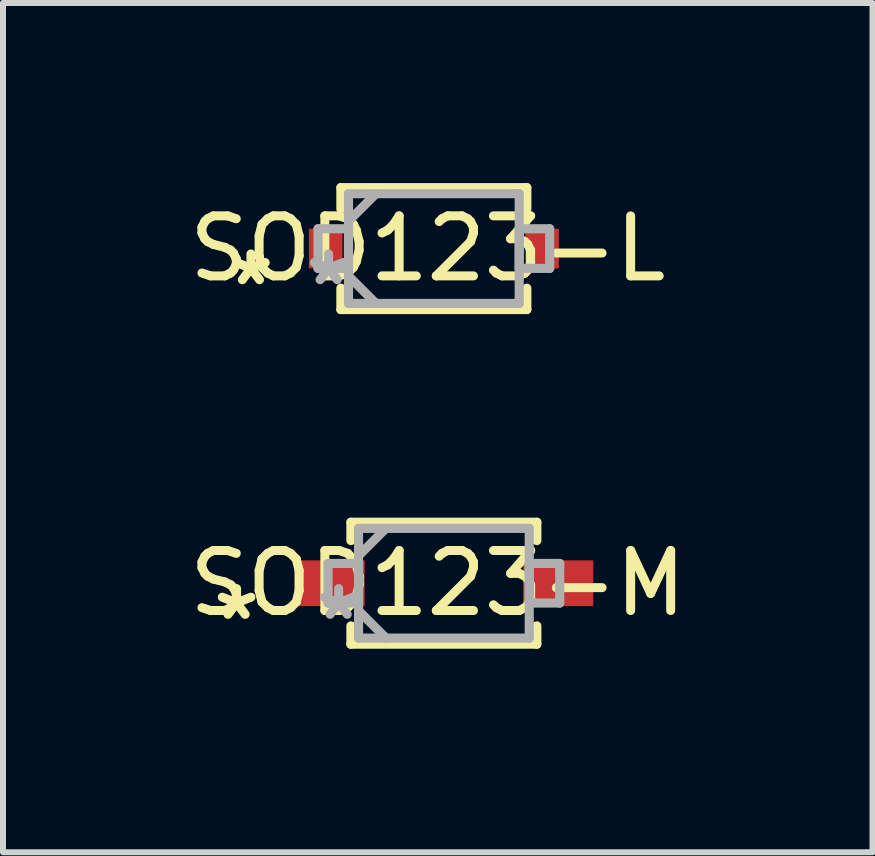
<source format=kicad_pcb>
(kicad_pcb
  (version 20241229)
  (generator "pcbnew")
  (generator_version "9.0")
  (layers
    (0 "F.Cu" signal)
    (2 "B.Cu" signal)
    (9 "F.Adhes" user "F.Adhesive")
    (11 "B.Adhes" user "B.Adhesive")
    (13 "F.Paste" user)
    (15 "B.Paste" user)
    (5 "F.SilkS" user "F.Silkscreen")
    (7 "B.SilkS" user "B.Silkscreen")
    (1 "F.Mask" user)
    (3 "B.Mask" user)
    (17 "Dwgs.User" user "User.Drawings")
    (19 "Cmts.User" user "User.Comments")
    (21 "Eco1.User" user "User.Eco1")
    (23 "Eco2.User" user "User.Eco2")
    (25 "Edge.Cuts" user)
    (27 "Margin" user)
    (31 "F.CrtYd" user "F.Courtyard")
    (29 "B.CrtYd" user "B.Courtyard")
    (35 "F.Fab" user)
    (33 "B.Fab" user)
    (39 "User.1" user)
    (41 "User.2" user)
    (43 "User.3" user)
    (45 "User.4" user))
  (footprint "SOD123-L"
    (layer "F.Cu")
    (at 4.179 1.092)
    (property "Reference" "SOD123-L" (at -0.102 0 0) (layer "F.SilkS") (effects (font (size 1 1) (thickness 0.15))))
    (attr smd)
    (fp_line (start -1.549 -1.016) (end -1.549 -0.66) (stroke (width 0.152) (type solid)) (layer "F.SilkS"))
    (fp_line (start -1.549 0.66) (end -1.549 1.016) (stroke (width 0.152) (type solid)) (layer "F.SilkS"))
    (fp_line (start -1.549 1.016) (end 1.549 1.016) (stroke (width 0.152) (type solid)) (layer "F.SilkS"))
    (fp_line (start 1.549 -1.016) (end -1.549 -1.016) (stroke (width 0.152) (type solid)) (layer "F.SilkS"))
    (fp_line (start 1.549 -0.66) (end 1.549 -1.016) (stroke (width 0.152) (type solid)) (layer "F.SilkS"))
    (fp_line (start 1.549 1.016) (end 1.549 0.66) (stroke (width 0.152) (type solid)) (layer "F.SilkS"))
    (fp_line (start -1.93 -0.33) (end -1.93 0.33) (stroke (width 0.152) (type solid)) (layer "F.Fab"))
    (fp_line (start -1.93 0.33) (end -1.422 0.33) (stroke (width 0.152) (type solid)) (layer "F.Fab"))
    (fp_line (start -1.422 -0.914) (end -1.422 0.914) (stroke (width 0.152) (type solid)) (layer "F.Fab"))
    (fp_line (start -1.422 -0.457) (end -0.965 -0.914) (stroke (width 0.152) (type solid)) (layer "F.Fab"))
    (fp_line (start -1.422 -0.33) (end -1.93 -0.33) (stroke (width 0.152) (type solid)) (layer "F.Fab"))
    (fp_line (start -1.422 0.33) (end -1.422 -0.33) (stroke (width 0.152) (type solid)) (layer "F.Fab"))
    (fp_line (start -1.422 0.457) (end -0.965 0.914) (stroke (width 0.152) (type solid)) (layer "F.Fab"))
    (fp_line (start -1.422 0.914) (end 1.422 0.914) (stroke (width 0.152) (type solid)) (layer "F.Fab"))
    (fp_line (start 1.422 -0.914) (end -1.422 -0.914) (stroke (width 0.152) (type solid)) (layer "F.Fab"))
    (fp_line (start 1.422 -0.33) (end 1.422 0.33) (stroke (width 0.152) (type solid)) (layer "F.Fab"))
    (fp_line (start 1.422 0.33) (end 1.93 0.33) (stroke (width 0.152) (type solid)) (layer "F.Fab"))
    (fp_line (start 1.422 0.914) (end 1.422 -0.914) (stroke (width 0.152) (type solid)) (layer "F.Fab"))
    (fp_line (start 1.93 -0.33) (end 1.422 -0.33) (stroke (width 0.152) (type solid)) (layer "F.Fab"))
    (fp_line (start 1.93 0.33) (end 1.93 -0.33) (stroke (width 0.152) (type solid)) (layer "F.Fab"))
    (fp_text user "*" (at -3.048 0.635 0) (layer "F.SilkS") (effects (font (size 1 1) (thickness 0.15))))
    (fp_text user "*" (at -1.753 0.635 0) (layer "F.Fab") (effects (font (size 1 1) (thickness 0.15))))
    (pad "1" smd rect (at -1.803 0) (size 0.559 0.66) (layers "F.Cu" "F.Mask" "F.Paste"))
    (pad "2" smd rect (at 1.803 0) (size 0.559 0.66) (layers "F.Cu" "F.Mask" "F.Paste"))
    (zone (net_name "") (layer "F.Cu") (hatch full 0.508) (connect_pads) (min_thickness 0.152) (filled_areas_thickness no) (keepout (tracks not_allowed) (vias not_allowed) (pads not_allowed) (copperpour not_allowed) (footprints allowed)) (placement (enabled no)) (fill) (polygon (pts (xy 2.706 0.241) (xy 5.652 0.241) (xy 5.652 1.943) (xy 2.706 1.943))))
    (zone (net_name "") (layer "F.Cu") (hatch full 0.508) (connect_pads) (min_thickness 0.152) (filled_areas_thickness no) (keepout (tracks not_allowed) (vias not_allowed) (pads not_allowed) (copperpour not_allowed) (footprints allowed)) (placement (enabled no)) (fill) (polygon (pts (xy 2.706 0.241) (xy 5.652 0.241) (xy 5.652 1.943) (xy 2.706 1.943)))))
  (footprint "SOD123-M"
    (layer "F.Cu")
    (at 4.346 6.668)
    (property "Reference" "SOD123-M" (at -0.102 0 0) (layer "F.SilkS") (effects (font (size 1 1) (thickness 0.15))))
    (attr smd)
    (fp_line (start -1.549 -1.016) (end -1.549 -0.711) (stroke (width 0.152) (type solid)) (layer "F.SilkS"))
    (fp_line (start -1.549 0.711) (end -1.549 1.016) (stroke (width 0.152) (type solid)) (layer "F.SilkS"))
    (fp_line (start -1.549 1.016) (end 1.549 1.016) (stroke (width 0.152) (type solid)) (layer "F.SilkS"))
    (fp_line (start 1.549 -1.016) (end -1.549 -1.016) (stroke (width 0.152) (type solid)) (layer "F.SilkS"))
    (fp_line (start 1.549 -0.711) (end 1.549 -1.016) (stroke (width 0.152) (type solid)) (layer "F.SilkS"))
    (fp_line (start 1.549 1.016) (end 1.549 0.711) (stroke (width 0.152) (type solid)) (layer "F.SilkS"))
    (fp_line (start -1.93 -0.33) (end -1.93 0.33) (stroke (width 0.152) (type solid)) (layer "F.Fab"))
    (fp_line (start -1.93 0.33) (end -1.422 0.33) (stroke (width 0.152) (type solid)) (layer "F.Fab"))
    (fp_line (start -1.422 -0.914) (end -1.422 0.914) (stroke (width 0.152) (type solid)) (layer "F.Fab"))
    (fp_line (start -1.422 -0.457) (end -0.965 -0.914) (stroke (width 0.152) (type solid)) (layer "F.Fab"))
    (fp_line (start -1.422 -0.33) (end -1.93 -0.33) (stroke (width 0.152) (type solid)) (layer "F.Fab"))
    (fp_line (start -1.422 0.33) (end -1.422 -0.33) (stroke (width 0.152) (type solid)) (layer "F.Fab"))
    (fp_line (start -1.422 0.457) (end -0.965 0.914) (stroke (width 0.152) (type solid)) (layer "F.Fab"))
    (fp_line (start -1.422 0.914) (end 1.422 0.914) (stroke (width 0.152) (type solid)) (layer "F.Fab"))
    (fp_line (start 1.422 -0.914) (end -1.422 -0.914) (stroke (width 0.152) (type solid)) (layer "F.Fab"))
    (fp_line (start 1.422 -0.33) (end 1.422 0.33) (stroke (width 0.152) (type solid)) (layer "F.Fab"))
    (fp_line (start 1.422 0.33) (end 1.93 0.33) (stroke (width 0.152) (type solid)) (layer "F.Fab"))
    (fp_line (start 1.422 0.914) (end 1.422 -0.914) (stroke (width 0.152) (type solid)) (layer "F.Fab"))
    (fp_line (start 1.93 -0.33) (end 1.422 -0.33) (stroke (width 0.152) (type solid)) (layer "F.Fab"))
    (fp_line (start 1.93 0.33) (end 1.93 -0.33) (stroke (width 0.152) (type solid)) (layer "F.Fab"))
    (fp_text user "*" (at -3.454 0.635 0) (layer "F.SilkS") (effects (font (size 1 1) (thickness 0.15))))
    (fp_text user "*" (at -1.753 0.635 0) (layer "F.Fab") (effects (font (size 1 1) (thickness 0.15))))
    (pad "1" smd rect (at -1.905 0) (size 1.168 0.762) (layers "F.Cu" "F.Mask" "F.Paste"))
    (pad "2" smd rect (at 1.905 0) (size 1.168 0.762) (layers "F.Cu" "F.Mask" "F.Paste"))
    (zone (net_name "") (layer "F.Cu") (hatch full 0.508) (connect_pads) (min_thickness 0.152) (filled_areas_thickness no) (keepout (tracks not_allowed) (vias not_allowed) (pads not_allowed) (copperpour not_allowed) (footprints allowed)) (placement (enabled no)) (fill) (polygon (pts (xy 3.076 5.817) (xy 5.616 5.817) (xy 5.616 7.519) (xy 3.076 7.519))))
    (zone (net_name "") (layer "F.Cu") (hatch full 0.508) (connect_pads) (min_thickness 0.152) (filled_areas_thickness no) (keepout (tracks not_allowed) (vias not_allowed) (pads not_allowed) (copperpour not_allowed) (footprints allowed)) (placement (enabled no)) (fill) (polygon (pts (xy 3.076 5.817) (xy 5.616 5.817) (xy 5.616 7.519) (xy 3.076 7.519)))))
  (gr_rect
    (start -3 -3)
    (end 11.488 11.151)
    (stroke (width 0.1) (type default))
    (fill no)
    (layer "Edge.Cuts")))
</source>
